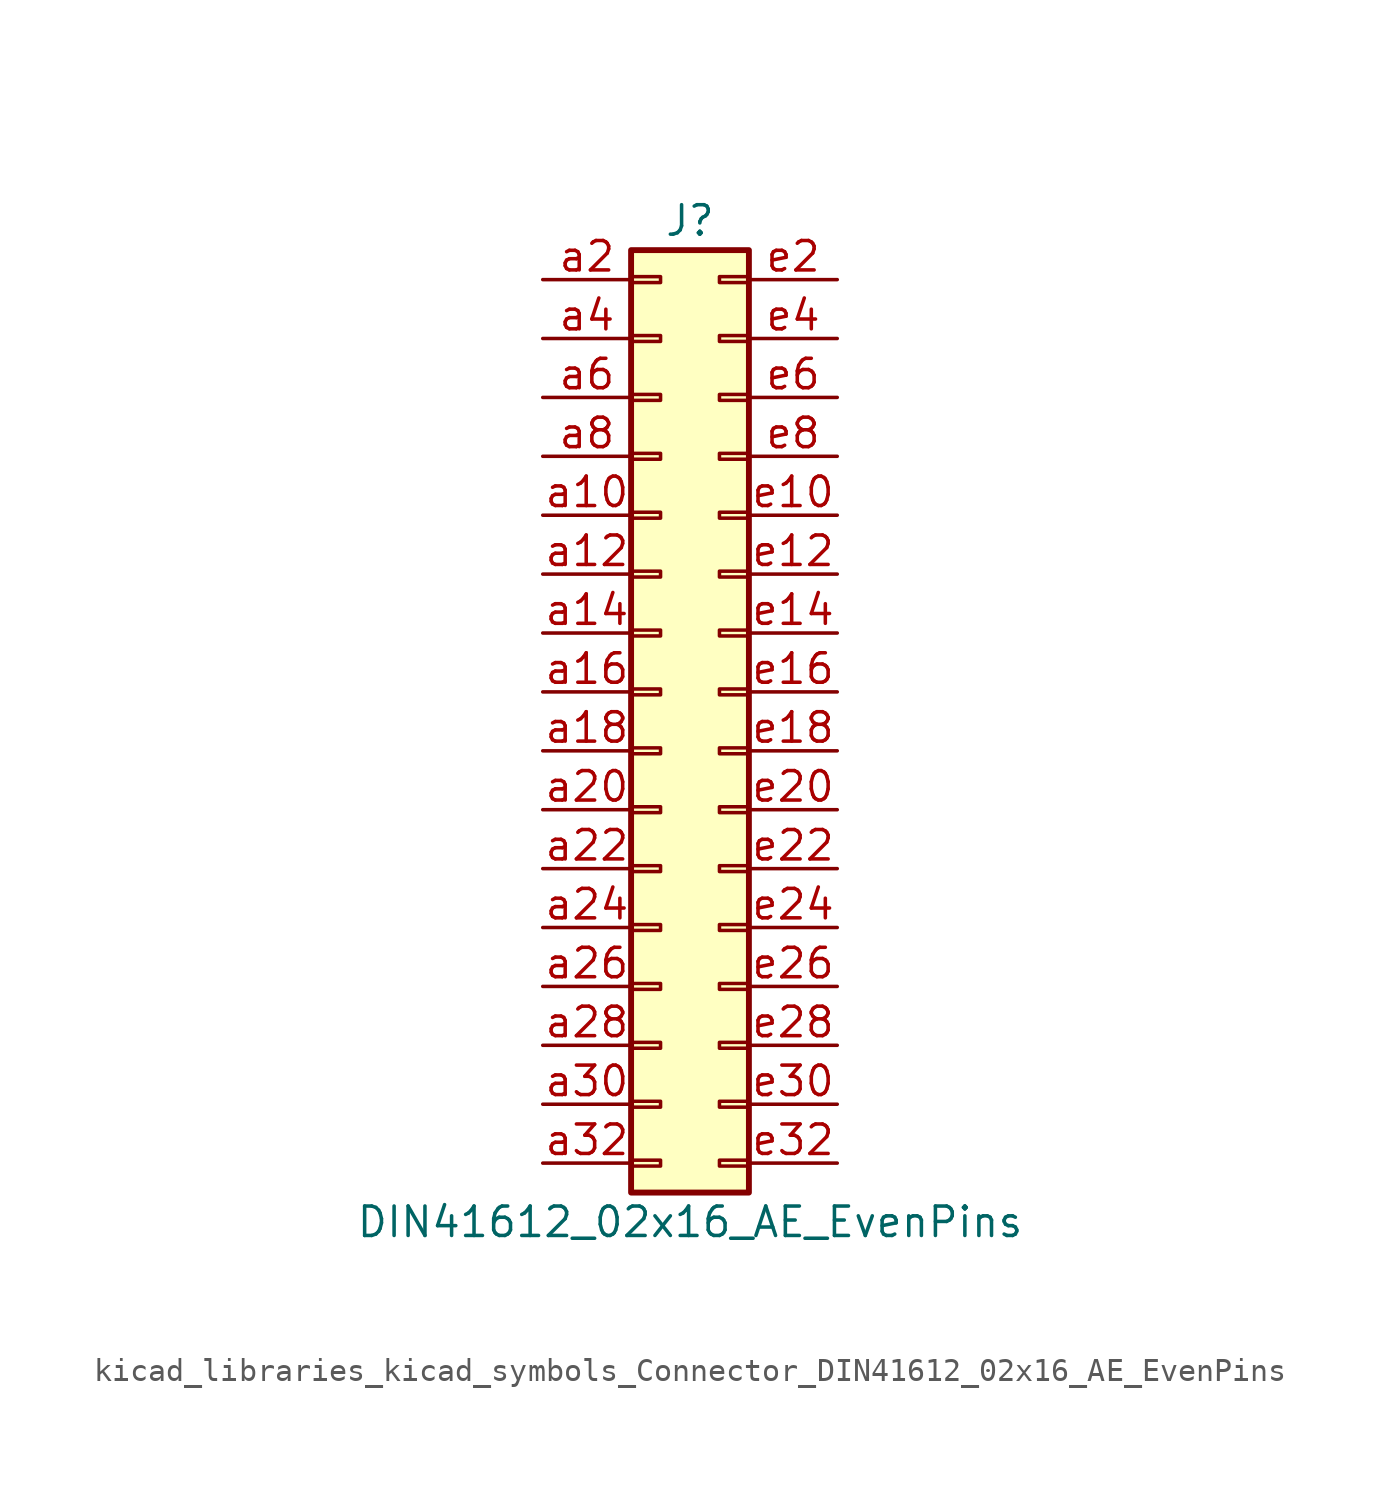
<source format=kicad_sym>
(kicad_symbol_lib
  (version 20220914)
  (generator kicad_symbol_editor)
  (symbol "kicad_libraries_kicad_symbols_Connector_DIN41612_02x16_AE_EvenPins"
    (pin_names
      (offset 1.016) hide)
    (property "Reference" "J"
      (at 1.27 20.32 0)
      (effects (font (size 1.27 1.27))))
    (property "Value" "DIN41612_02x16_AE_EvenPins"
      (at 1.27 -22.86 0)
      (effects (font (size 1.27 1.27))))
    (symbol "kicad_libraries_kicad_symbols_Connector_DIN41612_02x16_AE_EvenPins_1_1"
      (rectangle (start -1.27 -20.193) (end 0 -20.447) (stroke (width 0.152) (type default)) (fill (type none)))
      (rectangle (start -1.27 -17.653) (end 0 -17.907) (stroke (width 0.152) (type default)) (fill (type none)))
      (rectangle (start -1.27 -15.113) (end 0 -15.367) (stroke (width 0.152) (type default)) (fill (type none)))
      (rectangle (start -1.27 -12.573) (end 0 -12.827) (stroke (width 0.152) (type default)) (fill (type none)))
      (rectangle (start -1.27 -10.033) (end 0 -10.287) (stroke (width 0.152) (type default)) (fill (type none)))
      (rectangle (start -1.27 -7.493) (end 0 -7.747) (stroke (width 0.152) (type default)) (fill (type none)))
      (rectangle (start -1.27 -4.953) (end 0 -5.207) (stroke (width 0.152) (type default)) (fill (type none)))
      (rectangle (start -1.27 -2.413) (end 0 -2.667) (stroke (width 0.152) (type default)) (fill (type none)))
      (rectangle (start -1.27 0.127) (end 0 -0.127) (stroke (width 0.152) (type default)) (fill (type none)))
      (rectangle (start -1.27 2.667) (end 0 2.413) (stroke (width 0.152) (type default)) (fill (type none)))
      (rectangle (start -1.27 5.207) (end 0 4.953) (stroke (width 0.152) (type default)) (fill (type none)))
      (rectangle (start -1.27 7.747) (end 0 7.493) (stroke (width 0.152) (type default)) (fill (type none)))
      (rectangle (start -1.27 10.287) (end 0 10.033) (stroke (width 0.152) (type default)) (fill (type none)))
      (rectangle (start -1.27 12.827) (end 0 12.573) (stroke (width 0.152) (type default)) (fill (type none)))
      (rectangle (start -1.27 15.367) (end 0 15.113) (stroke (width 0.152) (type default)) (fill (type none)))
      (rectangle (start -1.27 17.907) (end 0 17.653) (stroke (width 0.152) (type default)) (fill (type none)))
      (rectangle (start -1.27 19.05) (end 3.81 -21.59) (stroke (width 0.254) (type default)) (fill (type background)))
      (rectangle (start 3.81 -20.193) (end 2.54 -20.447) (stroke (width 0.152) (type default)) (fill (type none)))
      (rectangle (start 3.81 -17.653) (end 2.54 -17.907) (stroke (width 0.152) (type default)) (fill (type none)))
      (rectangle (start 3.81 -15.113) (end 2.54 -15.367) (stroke (width 0.152) (type default)) (fill (type none)))
      (rectangle (start 3.81 -12.573) (end 2.54 -12.827) (stroke (width 0.152) (type default)) (fill (type none)))
      (rectangle (start 3.81 -10.033) (end 2.54 -10.287) (stroke (width 0.152) (type default)) (fill (type none)))
      (rectangle (start 3.81 -7.493) (end 2.54 -7.747) (stroke (width 0.152) (type default)) (fill (type none)))
      (rectangle (start 3.81 -4.953) (end 2.54 -5.207) (stroke (width 0.152) (type default)) (fill (type none)))
      (rectangle (start 3.81 -2.413) (end 2.54 -2.667) (stroke (width 0.152) (type default)) (fill (type none)))
      (rectangle (start 3.81 0.127) (end 2.54 -0.127) (stroke (width 0.152) (type default)) (fill (type none)))
      (rectangle (start 3.81 2.667) (end 2.54 2.413) (stroke (width 0.152) (type default)) (fill (type none)))
      (rectangle (start 3.81 5.207) (end 2.54 4.953) (stroke (width 0.152) (type default)) (fill (type none)))
      (rectangle (start 3.81 7.747) (end 2.54 7.493) (stroke (width 0.152) (type default)) (fill (type none)))
      (rectangle (start 3.81 10.287) (end 2.54 10.033) (stroke (width 0.152) (type default)) (fill (type none)))
      (rectangle (start 3.81 12.827) (end 2.54 12.573) (stroke (width 0.152) (type default)) (fill (type none)))
      (rectangle (start 3.81 15.367) (end 2.54 15.113) (stroke (width 0.152) (type default)) (fill (type none)))
      (rectangle (start 3.81 17.907) (end 2.54 17.653) (stroke (width 0.152) (type default)) (fill (type none)))
      (pin passive line (at -5.08 7.62 0) (length 3.81) (name "Pin_a10" (effects (font (size 1.27 1.27)))) (number "a10" (effects (font (size 1.27 1.27)))))
      (pin passive line (at -5.08 5.08 0) (length 3.81) (name "Pin_a12" (effects (font (size 1.27 1.27)))) (number "a12" (effects (font (size 1.27 1.27)))))
      (pin passive line (at -5.08 2.54 0) (length 3.81) (name "Pin_a14" (effects (font (size 1.27 1.27)))) (number "a14" (effects (font (size 1.27 1.27)))))
      (pin passive line (at -5.08 0 0) (length 3.81) (name "Pin_a16" (effects (font (size 1.27 1.27)))) (number "a16" (effects (font (size 1.27 1.27)))))
      (pin passive line (at -5.08 -2.54 0) (length 3.81) (name "Pin_a18" (effects (font (size 1.27 1.27)))) (number "a18" (effects (font (size 1.27 1.27)))))
      (pin passive line (at -5.08 17.78 0) (length 3.81) (name "Pin_a2" (effects (font (size 1.27 1.27)))) (number "a2" (effects (font (size 1.27 1.27)))))
      (pin passive line (at -5.08 -5.08 0) (length 3.81) (name "Pin_a20" (effects (font (size 1.27 1.27)))) (number "a20" (effects (font (size 1.27 1.27)))))
      (pin passive line (at -5.08 -7.62 0) (length 3.81) (name "Pin_a22" (effects (font (size 1.27 1.27)))) (number "a22" (effects (font (size 1.27 1.27)))))
      (pin passive line (at -5.08 -10.16 0) (length 3.81) (name "Pin_a24" (effects (font (size 1.27 1.27)))) (number "a24" (effects (font (size 1.27 1.27)))))
      (pin passive line (at -5.08 -12.7 0) (length 3.81) (name "Pin_a26" (effects (font (size 1.27 1.27)))) (number "a26" (effects (font (size 1.27 1.27)))))
      (pin passive line (at -5.08 -15.24 0) (length 3.81) (name "Pin_a28" (effects (font (size 1.27 1.27)))) (number "a28" (effects (font (size 1.27 1.27)))))
      (pin passive line (at -5.08 -17.78 0) (length 3.81) (name "Pin_a30" (effects (font (size 1.27 1.27)))) (number "a30" (effects (font (size 1.27 1.27)))))
      (pin passive line (at -5.08 -20.32 0) (length 3.81) (name "Pin_a32" (effects (font (size 1.27 1.27)))) (number "a32" (effects (font (size 1.27 1.27)))))
      (pin passive line (at -5.08 15.24 0) (length 3.81) (name "Pin_a4" (effects (font (size 1.27 1.27)))) (number "a4" (effects (font (size 1.27 1.27)))))
      (pin passive line (at -5.08 12.7 0) (length 3.81) (name "Pin_a6" (effects (font (size 1.27 1.27)))) (number "a6" (effects (font (size 1.27 1.27)))))
      (pin passive line (at -5.08 10.16 0) (length 3.81) (name "Pin_a8" (effects (font (size 1.27 1.27)))) (number "a8" (effects (font (size 1.27 1.27)))))
      (pin passive line (at 7.62 7.62 180) (length 3.81) (name "Pin_e10" (effects (font (size 1.27 1.27)))) (number "e10" (effects (font (size 1.27 1.27)))))
      (pin passive line (at 7.62 5.08 180) (length 3.81) (name "Pin_e12" (effects (font (size 1.27 1.27)))) (number "e12" (effects (font (size 1.27 1.27)))))
      (pin passive line (at 7.62 2.54 180) (length 3.81) (name "Pin_e14" (effects (font (size 1.27 1.27)))) (number "e14" (effects (font (size 1.27 1.27)))))
      (pin passive line (at 7.62 0 180) (length 3.81) (name "Pin_e16" (effects (font (size 1.27 1.27)))) (number "e16" (effects (font (size 1.27 1.27)))))
      (pin passive line (at 7.62 -2.54 180) (length 3.81) (name "Pin_e18" (effects (font (size 1.27 1.27)))) (number "e18" (effects (font (size 1.27 1.27)))))
      (pin passive line (at 7.62 17.78 180) (length 3.81) (name "Pin_e2" (effects (font (size 1.27 1.27)))) (number "e2" (effects (font (size 1.27 1.27)))))
      (pin passive line (at 7.62 -5.08 180) (length 3.81) (name "Pin_e20" (effects (font (size 1.27 1.27)))) (number "e20" (effects (font (size 1.27 1.27)))))
      (pin passive line (at 7.62 -7.62 180) (length 3.81) (name "Pin_e22" (effects (font (size 1.27 1.27)))) (number "e22" (effects (font (size 1.27 1.27)))))
      (pin passive line (at 7.62 -10.16 180) (length 3.81) (name "Pin_e24" (effects (font (size 1.27 1.27)))) (number "e24" (effects (font (size 1.27 1.27)))))
      (pin passive line (at 7.62 -12.7 180) (length 3.81) (name "Pin_e26" (effects (font (size 1.27 1.27)))) (number "e26" (effects (font (size 1.27 1.27)))))
      (pin passive line (at 7.62 -15.24 180) (length 3.81) (name "Pin_e28" (effects (font (size 1.27 1.27)))) (number "e28" (effects (font (size 1.27 1.27)))))
      (pin passive line (at 7.62 -17.78 180) (length 3.81) (name "Pin_e30" (effects (font (size 1.27 1.27)))) (number "e30" (effects (font (size 1.27 1.27)))))
      (pin passive line (at 7.62 -20.32 180) (length 3.81) (name "Pin_e32" (effects (font (size 1.27 1.27)))) (number "e32" (effects (font (size 1.27 1.27)))))
      (pin passive line (at 7.62 15.24 180) (length 3.81) (name "Pin_e4" (effects (font (size 1.27 1.27)))) (number "e4" (effects (font (size 1.27 1.27)))))
      (pin passive line (at 7.62 12.7 180) (length 3.81) (name "Pin_e6" (effects (font (size 1.27 1.27)))) (number "e6" (effects (font (size 1.27 1.27)))))
      (pin passive line (at 7.62 10.16 180) (length 3.81) (name "Pin_e8" (effects (font (size 1.27 1.27)))) (number "e8" (effects (font (size 1.27 1.27))))))))
</source>
